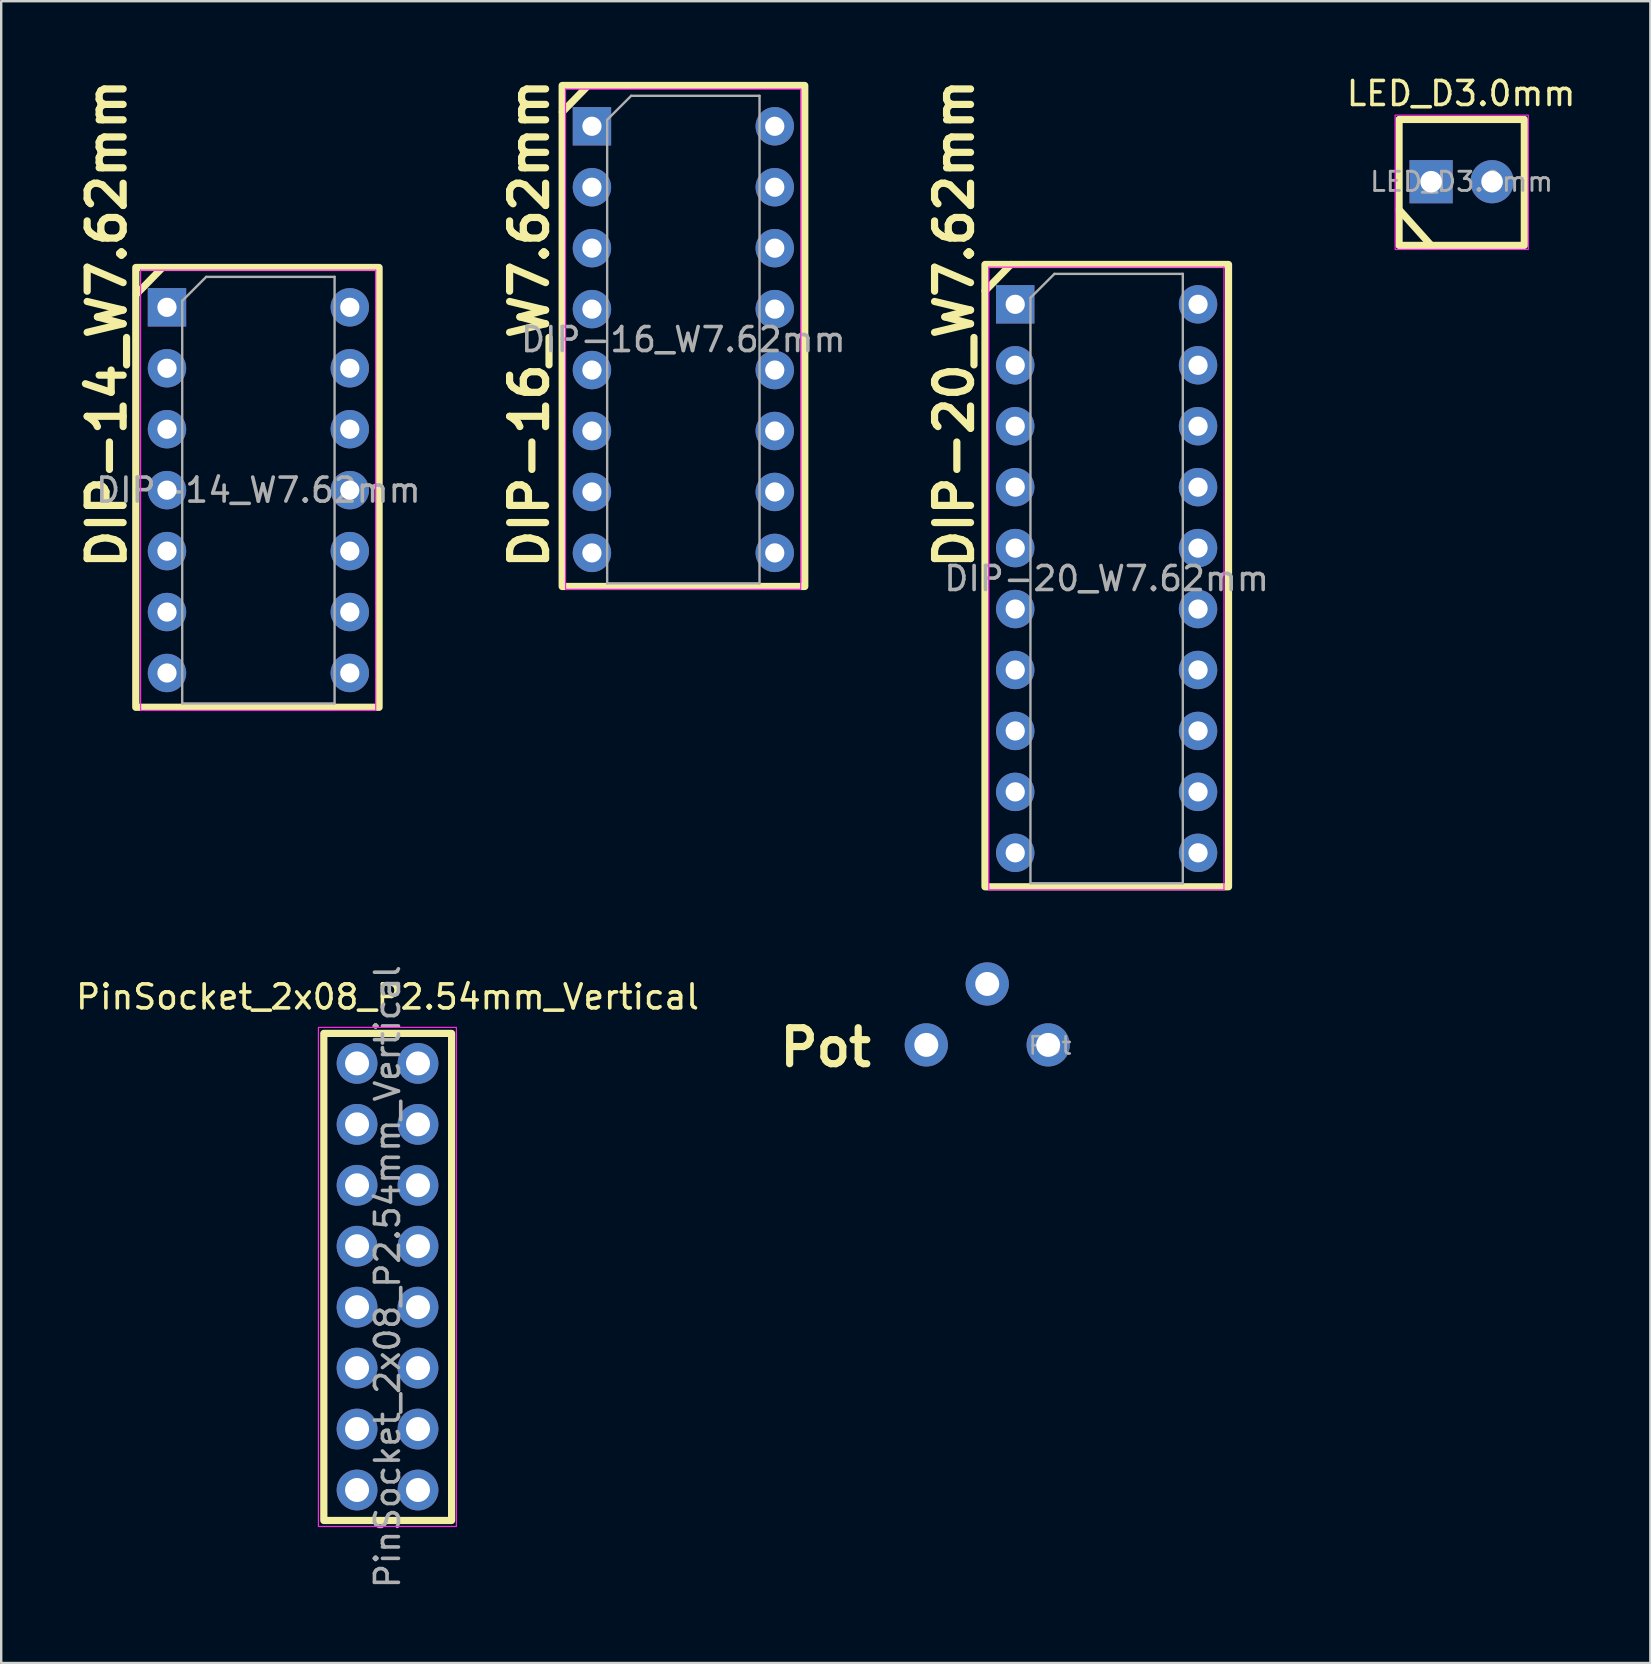
<source format=kicad_pcb>
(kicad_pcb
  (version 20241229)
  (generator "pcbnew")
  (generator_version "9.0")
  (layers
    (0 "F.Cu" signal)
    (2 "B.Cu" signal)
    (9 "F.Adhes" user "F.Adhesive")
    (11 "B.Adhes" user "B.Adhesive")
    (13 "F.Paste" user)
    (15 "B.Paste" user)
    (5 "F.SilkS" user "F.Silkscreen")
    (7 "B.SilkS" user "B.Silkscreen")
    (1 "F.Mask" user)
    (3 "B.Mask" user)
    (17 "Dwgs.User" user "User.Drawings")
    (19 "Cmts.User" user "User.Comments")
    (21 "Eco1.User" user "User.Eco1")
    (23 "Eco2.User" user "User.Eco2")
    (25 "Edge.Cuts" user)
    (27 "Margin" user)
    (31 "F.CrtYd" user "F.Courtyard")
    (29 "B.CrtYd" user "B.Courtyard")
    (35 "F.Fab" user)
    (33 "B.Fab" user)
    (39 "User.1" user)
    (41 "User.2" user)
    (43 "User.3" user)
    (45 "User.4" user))
  (footprint "DIP-16_W7.62mm"
    (layer "F.Cu")
    (at 21.61 2.243)
    (property "Reference" "DIP-16_W7.62mm" (at -2.6 8.2 90) (layer "F.SilkS") (effects (font (size 1.5 1.5) (thickness 0.3) (bold yes))))
    (attr through_hole)
    (fp_line (start -1.225 -0.625) (end -0.15 -1.725) (stroke (width 0.3) (type default)) (layer "F.SilkS"))
    (fp_rect (start -1.23 -1.73) (end 8.88 19.15) (stroke (width 0.3) (type default)) (fill no) (layer "F.SilkS"))
    (fp_line (start -1.09 -1.58) (end -1.09 19.27) (stroke (width 0.05) (type solid)) (layer "F.CrtYd"))
    (fp_line (start -1.09 19.27) (end 8.71 19.27) (stroke (width 0.05) (type solid)) (layer "F.CrtYd"))
    (fp_line (start 8.71 -1.58) (end -1.09 -1.58) (stroke (width 0.05) (type solid)) (layer "F.CrtYd"))
    (fp_line (start 8.71 19.27) (end 8.71 -1.58) (stroke (width 0.05) (type solid)) (layer "F.CrtYd"))
    (fp_line (start 0.645 -0.3) (end 1.645 -1.3) (stroke (width 0.1) (type solid)) (layer "F.Fab"))
    (fp_line (start 0.645 19.02) (end 0.645 -0.3) (stroke (width 0.1) (type solid)) (layer "F.Fab"))
    (fp_line (start 1.645 -1.3) (end 6.995 -1.3) (stroke (width 0.1) (type solid)) (layer "F.Fab"))
    (fp_line (start 6.995 -1.3) (end 6.995 19.02) (stroke (width 0.1) (type solid)) (layer "F.Fab"))
    (fp_line (start 6.995 19.02) (end 0.645 19.02) (stroke (width 0.1) (type solid)) (layer "F.Fab"))
    (fp_text user "${REFERENCE}" (at 3.82 8.86 0) (layer "F.Fab") (effects (font (size 1 1) (thickness 0.15))))
    (pad "1" thru_hole rect (at 0.01 -0.03) (size 1.6 1.6) (drill 0.8) (layers "*.Cu" "*.Mask"))
    (pad "2" thru_hole oval (at 0.01 2.51) (size 1.6 1.6) (drill 0.8) (layers "*.Cu" "*.Mask"))
    (pad "3" thru_hole oval (at 0.01 5.05) (size 1.6 1.6) (drill 0.8) (layers "*.Cu" "*.Mask"))
    (pad "4" thru_hole oval (at 0.01 7.59) (size 1.6 1.6) (drill 0.8) (layers "*.Cu" "*.Mask"))
    (pad "5" thru_hole oval (at 0.01 10.13) (size 1.6 1.6) (drill 0.8) (layers "*.Cu" "*.Mask"))
    (pad "6" thru_hole oval (at 0.01 12.67) (size 1.6 1.6) (drill 0.8) (layers "*.Cu" "*.Mask"))
    (pad "7" thru_hole oval (at 0.01 15.21) (size 1.6 1.6) (drill 0.8) (layers "*.Cu" "*.Mask"))
    (pad "8" thru_hole oval (at 0.01 17.75) (size 1.6 1.6) (drill 0.8) (layers "*.Cu" "*.Mask"))
    (pad "9" thru_hole oval (at 7.63 17.75) (size 1.6 1.6) (drill 0.8) (layers "*.Cu" "*.Mask"))
    (pad "10" thru_hole oval (at 7.63 15.21) (size 1.6 1.6) (drill 0.8) (layers "*.Cu" "*.Mask"))
    (pad "11" thru_hole oval (at 7.63 12.67) (size 1.6 1.6) (drill 0.8) (layers "*.Cu" "*.Mask"))
    (pad "12" thru_hole oval (at 7.63 10.13) (size 1.6 1.6) (drill 0.8) (layers "*.Cu" "*.Mask"))
    (pad "13" thru_hole oval (at 7.63 7.59) (size 1.6 1.6) (drill 0.8) (layers "*.Cu" "*.Mask"))
    (pad "14" thru_hole oval (at 7.63 5.05) (size 1.6 1.6) (drill 0.8) (layers "*.Cu" "*.Mask"))
    (pad "15" thru_hole oval (at 7.63 2.51) (size 1.6 1.6) (drill 0.8) (layers "*.Cu" "*.Mask"))
    (pad "16" thru_hole oval (at 7.63 -0.03) (size 1.6 1.6) (drill 0.8) (layers "*.Cu" "*.Mask")))
  (footprint "DIP-14_W7.62mm"
    (layer "F.Cu")
    (at 3.879 9.768)
    (property "Reference" "DIP-14_W7.62mm" (at -2.475 0.675 90) (layer "F.SilkS") (effects (font (size 1.5 1.5) (thickness 0.3) (bold yes))))
    (attr through_hole)
    (fp_line (start -1.25 -0.55) (end -0.175 -1.65) (stroke (width 0.3) (type default)) (layer "F.SilkS"))
    (fp_rect (start -1.27 -1.67) (end 8.87 16.66) (stroke (width 0.3) (type default)) (fill no) (layer "F.SilkS"))
    (fp_line (start -1.07 -1.56) (end -1.07 16.79) (stroke (width 0.05) (type solid)) (layer "F.CrtYd"))
    (fp_line (start -1.07 16.79) (end 8.73 16.79) (stroke (width 0.05) (type solid)) (layer "F.CrtYd"))
    (fp_line (start 8.73 -1.56) (end -1.07 -1.56) (stroke (width 0.05) (type solid)) (layer "F.CrtYd"))
    (fp_line (start 8.73 16.79) (end 8.73 -1.56) (stroke (width 0.05) (type solid)) (layer "F.CrtYd"))
    (fp_line (start 0.665 -0.28) (end 1.665 -1.28) (stroke (width 0.1) (type solid)) (layer "F.Fab"))
    (fp_line (start 0.665 16.5) (end 0.665 -0.28) (stroke (width 0.1) (type solid)) (layer "F.Fab"))
    (fp_line (start 1.665 -1.28) (end 7.015 -1.28) (stroke (width 0.1) (type solid)) (layer "F.Fab"))
    (fp_line (start 7.015 -1.28) (end 7.015 16.5) (stroke (width 0.1) (type solid)) (layer "F.Fab"))
    (fp_line (start 7.015 16.5) (end 0.665 16.5) (stroke (width 0.1) (type solid)) (layer "F.Fab"))
    (fp_text user "${REFERENCE}" (at 3.84 7.61 0) (layer "F.Fab") (effects (font (size 1 1) (thickness 0.15))))
    (pad "1" thru_hole rect (at 0.03 -0.01) (size 1.6 1.6) (drill 0.8) (layers "*.Cu" "*.Mask"))
    (pad "2" thru_hole oval (at 0.03 2.53) (size 1.6 1.6) (drill 0.8) (layers "*.Cu" "*.Mask"))
    (pad "3" thru_hole oval (at 0.03 5.07) (size 1.6 1.6) (drill 0.8) (layers "*.Cu" "*.Mask"))
    (pad "4" thru_hole oval (at 0.03 7.61) (size 1.6 1.6) (drill 0.8) (layers "*.Cu" "*.Mask"))
    (pad "5" thru_hole oval (at 0.03 10.15) (size 1.6 1.6) (drill 0.8) (layers "*.Cu" "*.Mask"))
    (pad "6" thru_hole oval (at 0.03 12.69) (size 1.6 1.6) (drill 0.8) (layers "*.Cu" "*.Mask"))
    (pad "7" thru_hole oval (at 0.03 15.23) (size 1.6 1.6) (drill 0.8) (layers "*.Cu" "*.Mask"))
    (pad "8" thru_hole oval (at 7.65 15.23) (size 1.6 1.6) (drill 0.8) (layers "*.Cu" "*.Mask"))
    (pad "9" thru_hole oval (at 7.65 12.69) (size 1.6 1.6) (drill 0.8) (layers "*.Cu" "*.Mask"))
    (pad "10" thru_hole oval (at 7.65 10.15) (size 1.6 1.6) (drill 0.8) (layers "*.Cu" "*.Mask"))
    (pad "11" thru_hole oval (at 7.65 7.61) (size 1.6 1.6) (drill 0.8) (layers "*.Cu" "*.Mask"))
    (pad "12" thru_hole oval (at 7.65 5.07) (size 1.6 1.6) (drill 0.8) (layers "*.Cu" "*.Mask"))
    (pad "13" thru_hole oval (at 7.65 2.53) (size 1.6 1.6) (drill 0.8) (layers "*.Cu" "*.Mask"))
    (pad "14" thru_hole oval (at 7.65 -0.01) (size 1.6 1.6) (drill 0.8) (layers "*.Cu" "*.Mask")))
  (footprint "Pot"
    (layer "F.Cu")
    (at 35.585 40.528)
    (property "Reference" "Pot" (at -4.225 0.075 0) (layer "F.SilkS") (effects (font (size 1.5 1.5) (thickness 0.3) (bold yes))))
    (attr through_hole)
    (fp_text user "${REFERENCE}" (at 5.125 0 0) (layer "F.Fab") (effects (font (size 0.72 0.72) (thickness 0.108))))
    (pad "1" thru_hole circle (at -0.03 -0.03) (size 1.8 1.8) (drill 1) (layers "*.Cu" "*.Mask"))
    (pad "2" thru_hole circle (at 2.51 -2.57) (size 1.8 1.8) (drill 1) (layers "*.Cu" "*.Mask"))
    (pad "2" thru_hole circle (at 5.05 -0.03) (size 1.8 1.8) (drill 1) (layers "*.Cu" "*.Mask")))
  (footprint "PinSocket_2x08_P2.54mm_Vertical"
    (layer "F.Cu")
    (at 14.371 41.269)
    (property "Reference" "PinSocket_2x08_P2.54mm_Vertical" (at -1.27 -2.77 0) (layer "F.SilkS") (effects (font (size 1 1) (thickness 0.15))))
    (attr through_hole)
    (fp_rect (start -3.925 -1.25) (end 1.4 19.05) (stroke (width 0.3) (type default)) (fill no) (layer "F.SilkS"))
    (fp_rect (start -4.15 -1.5) (end 1.6 19.3) (stroke (width 0.05) (type default)) (fill no) (layer "F.CrtYd"))
    (fp_text user "${REFERENCE}" (at -1.27 8.89 90) (layer "F.Fab") (effects (font (size 1 1) (thickness 0.15))))
    (pad "1" thru_hole circle (at 0 0) (size 1.7 1.7) (drill 1) (layers "*.Cu" "*.Mask"))
    (pad "2" thru_hole circle (at -2.54 0) (size 1.7 1.7) (drill 1) (layers "*.Cu" "*.Mask"))
    (pad "3" thru_hole circle (at 0 2.54) (size 1.7 1.7) (drill 1) (layers "*.Cu" "*.Mask"))
    (pad "4" thru_hole circle (at -2.54 2.54) (size 1.7 1.7) (drill 1) (layers "*.Cu" "*.Mask"))
    (pad "5" thru_hole circle (at 0 5.08) (size 1.7 1.7) (drill 1) (layers "*.Cu" "*.Mask"))
    (pad "6" thru_hole circle (at -2.54 5.08) (size 1.7 1.7) (drill 1) (layers "*.Cu" "*.Mask"))
    (pad "7" thru_hole circle (at 0 7.62) (size 1.7 1.7) (drill 1) (layers "*.Cu" "*.Mask"))
    (pad "8" thru_hole circle (at -2.54 7.62) (size 1.7 1.7) (drill 1) (layers "*.Cu" "*.Mask"))
    (pad "9" thru_hole circle (at 0 10.16) (size 1.7 1.7) (drill 1) (layers "*.Cu" "*.Mask"))
    (pad "10" thru_hole circle (at -2.54 10.16) (size 1.7 1.7) (drill 1) (layers "*.Cu" "*.Mask"))
    (pad "11" thru_hole circle (at 0 12.7) (size 1.7 1.7) (drill 1) (layers "*.Cu" "*.Mask"))
    (pad "12" thru_hole circle (at -2.54 12.7) (size 1.7 1.7) (drill 1) (layers "*.Cu" "*.Mask"))
    (pad "13" thru_hole circle (at 0 15.24) (size 1.7 1.7) (drill 1) (layers "*.Cu" "*.Mask"))
    (pad "14" thru_hole circle (at -2.54 15.24) (size 1.7 1.7) (drill 1) (layers "*.Cu" "*.Mask"))
    (pad "15" thru_hole circle (at 0 17.78) (size 1.7 1.7) (drill 1) (layers "*.Cu" "*.Mask"))
    (pad "16" thru_hole circle (at -2.54 17.78) (size 1.7 1.7) (drill 1) (layers "*.Cu" "*.Mask")))
  (footprint "LED_D3.0mm"
    (layer "F.Cu")
    (at 56.595 4.523)
    (property "Reference" "LED_D3.0mm" (at 1.25 -3.675 0) (layer "F.SilkS") (effects (font (size 1 1) (thickness 0.15))))
    (attr through_hole)
    (fp_line (start -0.016 2.635) (end -1.334 1.165) (stroke (width 0.3) (type default)) (layer "F.SilkS"))
    (fp_rect (start -1.336 -2.595) (end 3.884 2.655) (stroke (width 0.3) (type default)) (fill no) (layer "F.SilkS"))
    (fp_rect (start -1.5 -2.775) (end 4.05 2.825) (stroke (width 0.05) (type default)) (fill no) (layer "F.CrtYd"))
    (fp_text user "${REFERENCE}" (at 1.27 0 0) (layer "F.Fab") (effects (font (size 0.8 0.8) (thickness 0.12))))
    (pad "1" thru_hole rect (at 0 0) (size 1.8 1.8) (drill 0.9) (layers "*.Cu" "*.Mask"))
    (pad "2" thru_hole circle (at 2.54 0) (size 1.8 1.8) (drill 0.9) (layers "*.Cu" "*.Mask")))
  (footprint "DIP-20_W7.62mm"
    (layer "F.Cu")
    (at 39.281 9.623)
    (property "Reference" "DIP-20_W7.62mm" (at -2.56 0.82 90) (layer "F.SilkS") (effects (font (size 1.5 1.5) (thickness 0.3) (bold yes))))
    (attr through_hole)
    (fp_line (start -1.275 -0.55) (end -0.2 -1.65) (stroke (width 0.3) (type default)) (layer "F.SilkS"))
    (fp_rect (start -1.28 -1.65) (end 8.87 24.285) (stroke (width 0.3) (type default)) (fill no) (layer "F.SilkS"))
    (fp_line (start -1.12 -1.54) (end -1.12 24.41) (stroke (width 0.05) (type solid)) (layer "F.CrtYd"))
    (fp_line (start -1.12 24.41) (end 8.68 24.41) (stroke (width 0.05) (type solid)) (layer "F.CrtYd"))
    (fp_line (start 8.68 -1.54) (end -1.12 -1.54) (stroke (width 0.05) (type solid)) (layer "F.CrtYd"))
    (fp_line (start 8.68 24.41) (end 8.68 -1.54) (stroke (width 0.05) (type solid)) (layer "F.CrtYd"))
    (fp_line (start 0.615 -0.26) (end 1.615 -1.26) (stroke (width 0.1) (type solid)) (layer "F.Fab"))
    (fp_line (start 0.615 24.14) (end 0.615 -0.26) (stroke (width 0.1) (type solid)) (layer "F.Fab"))
    (fp_line (start 1.615 -1.26) (end 6.965 -1.26) (stroke (width 0.1) (type solid)) (layer "F.Fab"))
    (fp_line (start 6.965 -1.26) (end 6.965 24.14) (stroke (width 0.1) (type solid)) (layer "F.Fab"))
    (fp_line (start 6.965 24.14) (end 0.615 24.14) (stroke (width 0.1) (type solid)) (layer "F.Fab"))
    (fp_text user "${REFERENCE}" (at 3.79 11.44 0) (layer "F.Fab") (effects (font (size 1 1) (thickness 0.15))))
    (pad "1" thru_hole rect (at -0.02 0.01) (size 1.6 1.6) (drill 0.8) (layers "*.Cu" "*.Mask"))
    (pad "2" thru_hole oval (at -0.02 2.55) (size 1.6 1.6) (drill 0.8) (layers "*.Cu" "*.Mask"))
    (pad "3" thru_hole oval (at -0.02 5.09) (size 1.6 1.6) (drill 0.8) (layers "*.Cu" "*.Mask"))
    (pad "4" thru_hole oval (at -0.02 7.63) (size 1.6 1.6) (drill 0.8) (layers "*.Cu" "*.Mask"))
    (pad "5" thru_hole oval (at -0.02 10.17) (size 1.6 1.6) (drill 0.8) (layers "*.Cu" "*.Mask"))
    (pad "6" thru_hole oval (at -0.02 12.71) (size 1.6 1.6) (drill 0.8) (layers "*.Cu" "*.Mask"))
    (pad "7" thru_hole oval (at -0.02 15.25) (size 1.6 1.6) (drill 0.8) (layers "*.Cu" "*.Mask"))
    (pad "8" thru_hole oval (at -0.02 17.79) (size 1.6 1.6) (drill 0.8) (layers "*.Cu" "*.Mask"))
    (pad "9" thru_hole oval (at -0.02 20.33) (size 1.6 1.6) (drill 0.8) (layers "*.Cu" "*.Mask"))
    (pad "10" thru_hole oval (at -0.02 22.87) (size 1.6 1.6) (drill 0.8) (layers "*.Cu" "*.Mask"))
    (pad "11" thru_hole oval (at 7.6 22.87) (size 1.6 1.6) (drill 0.8) (layers "*.Cu" "*.Mask"))
    (pad "12" thru_hole oval (at 7.6 20.33) (size 1.6 1.6) (drill 0.8) (layers "*.Cu" "*.Mask"))
    (pad "13" thru_hole oval (at 7.6 17.79) (size 1.6 1.6) (drill 0.8) (layers "*.Cu" "*.Mask"))
    (pad "14" thru_hole oval (at 7.6 15.25) (size 1.6 1.6) (drill 0.8) (layers "*.Cu" "*.Mask"))
    (pad "15" thru_hole oval (at 7.6 12.71) (size 1.6 1.6) (drill 0.8) (layers "*.Cu" "*.Mask"))
    (pad "16" thru_hole oval (at 7.6 10.17) (size 1.6 1.6) (drill 0.8) (layers "*.Cu" "*.Mask"))
    (pad "17" thru_hole oval (at 7.6 7.63) (size 1.6 1.6) (drill 0.8) (layers "*.Cu" "*.Mask"))
    (pad "18" thru_hole oval (at 7.6 5.09) (size 1.6 1.6) (drill 0.8) (layers "*.Cu" "*.Mask"))
    (pad "19" thru_hole oval (at 7.6 2.55) (size 1.6 1.6) (drill 0.8) (layers "*.Cu" "*.Mask"))
    (pad "20" thru_hole oval (at 7.6 0.01) (size 1.6 1.6) (drill 0.8) (layers "*.Cu" "*.Mask")))
  (gr_rect
    (start -3 -3)
    (end 65.732 66.26)
    (stroke (width 0.1) (type default))
    (fill no)
    (layer "Edge.Cuts")))
</source>
